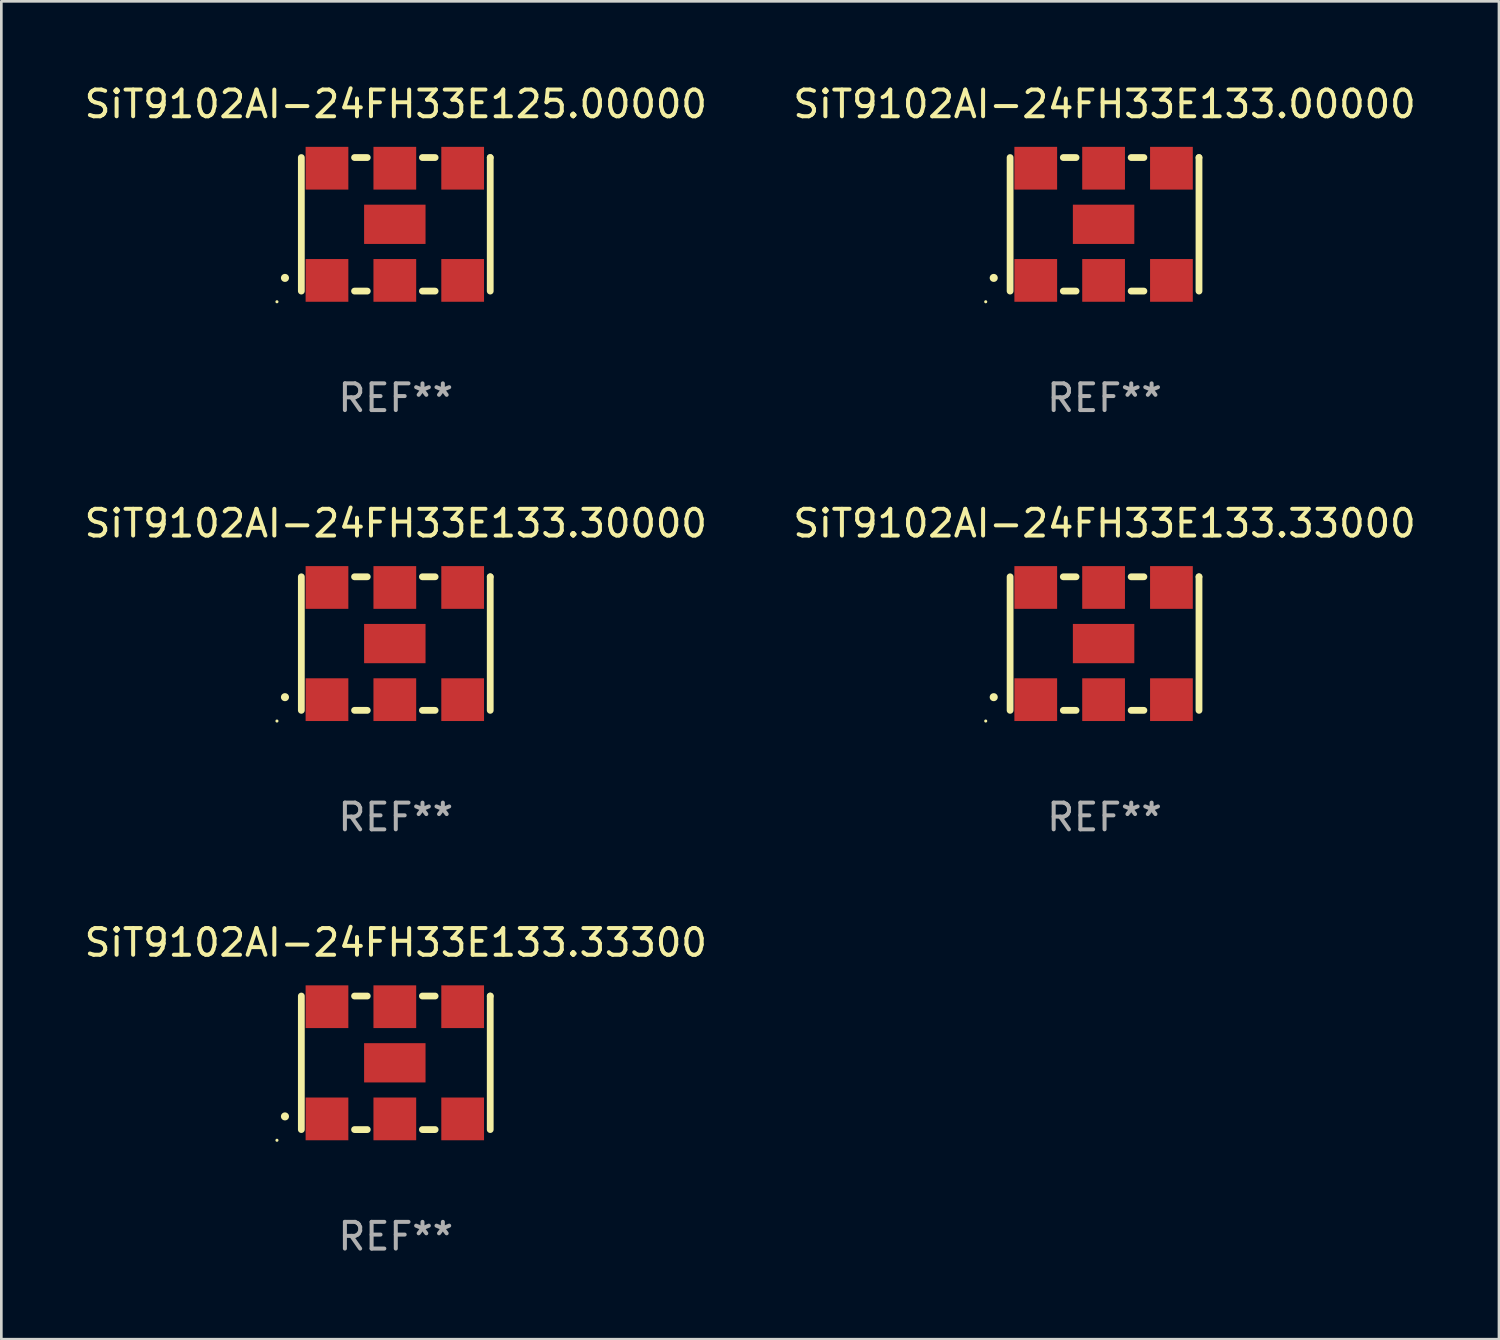
<source format=kicad_pcb>
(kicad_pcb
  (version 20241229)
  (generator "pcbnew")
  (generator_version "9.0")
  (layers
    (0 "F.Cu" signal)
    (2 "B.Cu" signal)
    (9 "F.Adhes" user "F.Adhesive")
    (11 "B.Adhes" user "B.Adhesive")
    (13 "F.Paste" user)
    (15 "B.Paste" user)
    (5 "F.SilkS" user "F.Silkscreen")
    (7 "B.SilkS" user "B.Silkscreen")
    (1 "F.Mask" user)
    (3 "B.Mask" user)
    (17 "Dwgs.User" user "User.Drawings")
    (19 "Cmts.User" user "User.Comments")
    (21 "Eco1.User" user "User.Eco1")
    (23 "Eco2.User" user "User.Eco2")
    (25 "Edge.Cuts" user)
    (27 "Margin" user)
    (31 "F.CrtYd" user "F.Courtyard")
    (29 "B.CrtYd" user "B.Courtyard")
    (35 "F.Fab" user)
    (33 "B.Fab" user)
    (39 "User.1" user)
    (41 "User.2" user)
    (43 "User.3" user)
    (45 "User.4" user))
  (footprint "SiT9102AI-24FH33E125.00000"
    (layer "F.Cu")
    (at 11.768 5.348)
    (property "Reference" "SiT9102AI-24FH33E125.00000" (at 0 -4.5 0) (layer "F.SilkS") (effects (font (size 1 1) (thickness 0.15))))
    (attr through_hole)
    (fp_line (start -3.536 -2.5) (end -3.536 2.5) (stroke (width 0.254) (type solid)) (layer "F.SilkS"))
    (fp_line (start -1.544 2.5) (end -1.067 2.5) (stroke (width 0.254) (type solid)) (layer "F.SilkS"))
    (fp_line (start -1.067 -2.5) (end -1.544 -2.5) (stroke (width 0.254) (type solid)) (layer "F.SilkS"))
    (fp_line (start 0.996 2.5) (end 1.473 2.5) (stroke (width 0.254) (type solid)) (layer "F.SilkS"))
    (fp_line (start 1.473 -2.5) (end 0.996 -2.5) (stroke (width 0.254) (type solid)) (layer "F.SilkS"))
    (fp_line (start 3.536 -2.5) (end 3.536 -2.5) (stroke (width 0.254) (type solid)) (layer "F.SilkS"))
    (fp_line (start 3.536 2.5) (end 3.536 -2.5) (stroke (width 0.254) (type solid)) (layer "F.SilkS"))
    (fp_arc (start -4.150432 2.006604) (mid -4.149162 2.006599) (end -4.147892 2.006604) (stroke (width 0.3) (type solid)) (layer "F.SilkS"))
    (fp_circle (center -4.449 2.9) (end -4.419 2.9) (stroke (width 0.06) (type solid)) (fill no) (layer "F.SilkS"))
    (fp_text user "REF**" (at 0 6.5 0) (layer "F.Fab") (effects (font (size 1 1) (thickness 0.15))))
    (pad "1" smd rect (at -2.576 2.1) (size 1.6 1.6) (layers "F.Cu" "F.Mask" "F.Paste"))
    (pad "2" smd rect (at -0.036 2.1) (size 1.6 1.6) (layers "F.Cu" "F.Mask" "F.Paste"))
    (pad "3" smd rect (at 2.504 2.1) (size 1.6 1.6) (layers "F.Cu" "F.Mask" "F.Paste"))
    (pad "4" smd rect (at 2.504 -2.1) (size 1.6 1.6) (layers "F.Cu" "F.Mask" "F.Paste"))
    (pad "5" smd rect (at -0.036 -2.1) (size 1.6 1.6) (layers "F.Cu" "F.Mask" "F.Paste"))
    (pad "6" smd rect (at -2.576 -2.1) (size 1.6 1.6) (layers "F.Cu" "F.Mask" "F.Paste"))
    (pad "7" smd rect (at -0.036 0) (size 2.3 1.47) (layers "F.Cu" "F.Mask" "F.Paste")))
  (footprint "SiT9102AI-24FH33E133.33000"
    (layer "F.Cu")
    (at 38.304 21.045)
    (property "Reference" "SiT9102AI-24FH33E133.33000" (at 0 -4.5 0) (layer "F.SilkS") (effects (font (size 1 1) (thickness 0.15))))
    (attr through_hole)
    (fp_line (start -3.536 -2.5) (end -3.536 2.5) (stroke (width 0.254) (type solid)) (layer "F.SilkS"))
    (fp_line (start -1.544 2.5) (end -1.067 2.5) (stroke (width 0.254) (type solid)) (layer "F.SilkS"))
    (fp_line (start -1.067 -2.5) (end -1.544 -2.5) (stroke (width 0.254) (type solid)) (layer "F.SilkS"))
    (fp_line (start 0.996 2.5) (end 1.473 2.5) (stroke (width 0.254) (type solid)) (layer "F.SilkS"))
    (fp_line (start 1.473 -2.5) (end 0.996 -2.5) (stroke (width 0.254) (type solid)) (layer "F.SilkS"))
    (fp_line (start 3.536 -2.5) (end 3.536 -2.5) (stroke (width 0.254) (type solid)) (layer "F.SilkS"))
    (fp_line (start 3.536 2.5) (end 3.536 -2.5) (stroke (width 0.254) (type solid)) (layer "F.SilkS"))
    (fp_arc (start -4.150432 2.006604) (mid -4.149162 2.006599) (end -4.147892 2.006604) (stroke (width 0.3) (type solid)) (layer "F.SilkS"))
    (fp_circle (center -4.449 2.9) (end -4.419 2.9) (stroke (width 0.06) (type solid)) (fill no) (layer "F.SilkS"))
    (fp_text user "REF**" (at 0 6.5 0) (layer "F.Fab") (effects (font (size 1 1) (thickness 0.15))))
    (pad "1" smd rect (at -2.576 2.1) (size 1.6 1.6) (layers "F.Cu" "F.Mask" "F.Paste"))
    (pad "2" smd rect (at -0.036 2.1) (size 1.6 1.6) (layers "F.Cu" "F.Mask" "F.Paste"))
    (pad "3" smd rect (at 2.504 2.1) (size 1.6 1.6) (layers "F.Cu" "F.Mask" "F.Paste"))
    (pad "4" smd rect (at 2.504 -2.1) (size 1.6 1.6) (layers "F.Cu" "F.Mask" "F.Paste"))
    (pad "5" smd rect (at -0.036 -2.1) (size 1.6 1.6) (layers "F.Cu" "F.Mask" "F.Paste"))
    (pad "6" smd rect (at -2.576 -2.1) (size 1.6 1.6) (layers "F.Cu" "F.Mask" "F.Paste"))
    (pad "7" smd rect (at -0.036 0) (size 2.3 1.47) (layers "F.Cu" "F.Mask" "F.Paste")))
  (footprint "SiT9102AI-24FH33E133.30000"
    (layer "F.Cu")
    (at 11.768 21.045)
    (property "Reference" "SiT9102AI-24FH33E133.30000" (at 0 -4.5 0) (layer "F.SilkS") (effects (font (size 1 1) (thickness 0.15))))
    (attr through_hole)
    (fp_line (start -3.536 -2.5) (end -3.536 2.5) (stroke (width 0.254) (type solid)) (layer "F.SilkS"))
    (fp_line (start -1.544 2.5) (end -1.067 2.5) (stroke (width 0.254) (type solid)) (layer "F.SilkS"))
    (fp_line (start -1.067 -2.5) (end -1.544 -2.5) (stroke (width 0.254) (type solid)) (layer "F.SilkS"))
    (fp_line (start 0.996 2.5) (end 1.473 2.5) (stroke (width 0.254) (type solid)) (layer "F.SilkS"))
    (fp_line (start 1.473 -2.5) (end 0.996 -2.5) (stroke (width 0.254) (type solid)) (layer "F.SilkS"))
    (fp_line (start 3.536 -2.5) (end 3.536 -2.5) (stroke (width 0.254) (type solid)) (layer "F.SilkS"))
    (fp_line (start 3.536 2.5) (end 3.536 -2.5) (stroke (width 0.254) (type solid)) (layer "F.SilkS"))
    (fp_arc (start -4.150432 2.006604) (mid -4.149162 2.006599) (end -4.147892 2.006604) (stroke (width 0.3) (type solid)) (layer "F.SilkS"))
    (fp_circle (center -4.449 2.9) (end -4.419 2.9) (stroke (width 0.06) (type solid)) (fill no) (layer "F.SilkS"))
    (fp_text user "REF**" (at 0 6.5 0) (layer "F.Fab") (effects (font (size 1 1) (thickness 0.15))))
    (pad "1" smd rect (at -2.576 2.1) (size 1.6 1.6) (layers "F.Cu" "F.Mask" "F.Paste"))
    (pad "2" smd rect (at -0.036 2.1) (size 1.6 1.6) (layers "F.Cu" "F.Mask" "F.Paste"))
    (pad "3" smd rect (at 2.504 2.1) (size 1.6 1.6) (layers "F.Cu" "F.Mask" "F.Paste"))
    (pad "4" smd rect (at 2.504 -2.1) (size 1.6 1.6) (layers "F.Cu" "F.Mask" "F.Paste"))
    (pad "5" smd rect (at -0.036 -2.1) (size 1.6 1.6) (layers "F.Cu" "F.Mask" "F.Paste"))
    (pad "6" smd rect (at -2.576 -2.1) (size 1.6 1.6) (layers "F.Cu" "F.Mask" "F.Paste"))
    (pad "7" smd rect (at -0.036 0) (size 2.3 1.47) (layers "F.Cu" "F.Mask" "F.Paste")))
  (footprint "SiT9102AI-24FH33E133.33300"
    (layer "F.Cu")
    (at 11.768 36.741)
    (property "Reference" "SiT9102AI-24FH33E133.33300" (at 0 -4.5 0) (layer "F.SilkS") (effects (font (size 1 1) (thickness 0.15))))
    (attr through_hole)
    (fp_line (start -3.536 -2.5) (end -3.536 2.5) (stroke (width 0.254) (type solid)) (layer "F.SilkS"))
    (fp_line (start -1.544 2.5) (end -1.067 2.5) (stroke (width 0.254) (type solid)) (layer "F.SilkS"))
    (fp_line (start -1.067 -2.5) (end -1.544 -2.5) (stroke (width 0.254) (type solid)) (layer "F.SilkS"))
    (fp_line (start 0.996 2.5) (end 1.473 2.5) (stroke (width 0.254) (type solid)) (layer "F.SilkS"))
    (fp_line (start 1.473 -2.5) (end 0.996 -2.5) (stroke (width 0.254) (type solid)) (layer "F.SilkS"))
    (fp_line (start 3.536 -2.5) (end 3.536 -2.5) (stroke (width 0.254) (type solid)) (layer "F.SilkS"))
    (fp_line (start 3.536 2.5) (end 3.536 -2.5) (stroke (width 0.254) (type solid)) (layer "F.SilkS"))
    (fp_arc (start -4.150432 2.006604) (mid -4.149162 2.006599) (end -4.147892 2.006604) (stroke (width 0.3) (type solid)) (layer "F.SilkS"))
    (fp_circle (center -4.449 2.9) (end -4.419 2.9) (stroke (width 0.06) (type solid)) (fill no) (layer "F.SilkS"))
    (fp_text user "REF**" (at 0 6.5 0) (layer "F.Fab") (effects (font (size 1 1) (thickness 0.15))))
    (pad "1" smd rect (at -2.576 2.1) (size 1.6 1.6) (layers "F.Cu" "F.Mask" "F.Paste"))
    (pad "2" smd rect (at -0.036 2.1) (size 1.6 1.6) (layers "F.Cu" "F.Mask" "F.Paste"))
    (pad "3" smd rect (at 2.504 2.1) (size 1.6 1.6) (layers "F.Cu" "F.Mask" "F.Paste"))
    (pad "4" smd rect (at 2.504 -2.1) (size 1.6 1.6) (layers "F.Cu" "F.Mask" "F.Paste"))
    (pad "5" smd rect (at -0.036 -2.1) (size 1.6 1.6) (layers "F.Cu" "F.Mask" "F.Paste"))
    (pad "6" smd rect (at -2.576 -2.1) (size 1.6 1.6) (layers "F.Cu" "F.Mask" "F.Paste"))
    (pad "7" smd rect (at -0.036 0) (size 2.3 1.47) (layers "F.Cu" "F.Mask" "F.Paste")))
  (footprint "SiT9102AI-24FH33E133.00000"
    (layer "F.Cu")
    (at 38.304 5.348)
    (property "Reference" "SiT9102AI-24FH33E133.00000" (at 0 -4.5 0) (layer "F.SilkS") (effects (font (size 1 1) (thickness 0.15))))
    (attr through_hole)
    (fp_line (start -3.536 -2.5) (end -3.536 2.5) (stroke (width 0.254) (type solid)) (layer "F.SilkS"))
    (fp_line (start -1.544 2.5) (end -1.067 2.5) (stroke (width 0.254) (type solid)) (layer "F.SilkS"))
    (fp_line (start -1.067 -2.5) (end -1.544 -2.5) (stroke (width 0.254) (type solid)) (layer "F.SilkS"))
    (fp_line (start 0.996 2.5) (end 1.473 2.5) (stroke (width 0.254) (type solid)) (layer "F.SilkS"))
    (fp_line (start 1.473 -2.5) (end 0.996 -2.5) (stroke (width 0.254) (type solid)) (layer "F.SilkS"))
    (fp_line (start 3.536 -2.5) (end 3.536 -2.5) (stroke (width 0.254) (type solid)) (layer "F.SilkS"))
    (fp_line (start 3.536 2.5) (end 3.536 -2.5) (stroke (width 0.254) (type solid)) (layer "F.SilkS"))
    (fp_arc (start -4.150432 2.006604) (mid -4.149162 2.006599) (end -4.147892 2.006604) (stroke (width 0.3) (type solid)) (layer "F.SilkS"))
    (fp_circle (center -4.449 2.9) (end -4.419 2.9) (stroke (width 0.06) (type solid)) (fill no) (layer "F.SilkS"))
    (fp_text user "REF**" (at 0 6.5 0) (layer "F.Fab") (effects (font (size 1 1) (thickness 0.15))))
    (pad "1" smd rect (at -2.576 2.1) (size 1.6 1.6) (layers "F.Cu" "F.Mask" "F.Paste"))
    (pad "2" smd rect (at -0.036 2.1) (size 1.6 1.6) (layers "F.Cu" "F.Mask" "F.Paste"))
    (pad "3" smd rect (at 2.504 2.1) (size 1.6 1.6) (layers "F.Cu" "F.Mask" "F.Paste"))
    (pad "4" smd rect (at 2.504 -2.1) (size 1.6 1.6) (layers "F.Cu" "F.Mask" "F.Paste"))
    (pad "5" smd rect (at -0.036 -2.1) (size 1.6 1.6) (layers "F.Cu" "F.Mask" "F.Paste"))
    (pad "6" smd rect (at -2.576 -2.1) (size 1.6 1.6) (layers "F.Cu" "F.Mask" "F.Paste"))
    (pad "7" smd rect (at -0.036 0) (size 2.3 1.47) (layers "F.Cu" "F.Mask" "F.Paste")))
  (gr_rect
    (start -3 -3)
    (end 53.071 47.09)
    (stroke (width 0.1) (type default))
    (fill no)
    (layer "Edge.Cuts")))
</source>
